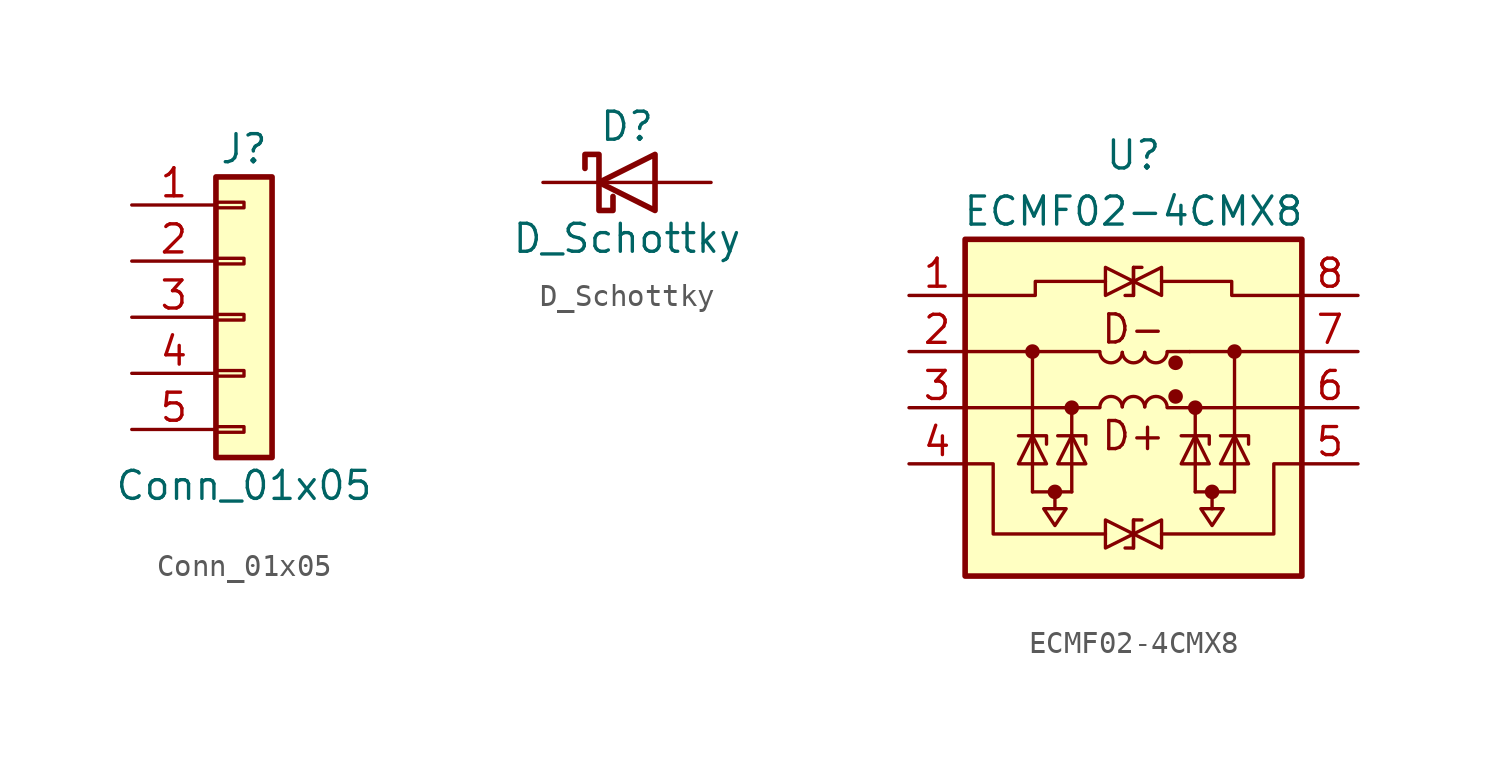
<source format=kicad_sym>
(kicad_symbol_lib
  (version 20241209)
  (generator "kicad_symbol_editor")
  (generator_version "9.0")
  (symbol "Conn_01x05"
    (pin_names
      (offset 1.016)
      (hide yes))
    (property "Reference" "J"
      (at 0 7.62 0)
      (effects (font (size 1.27 1.27))))
    (property "Value" "Conn_01x05"
      (at 0 -7.62 0)
      (effects (font (size 1.27 1.27))))
    (symbol "Conn_01x05_1_1"
      (rectangle (start -1.27 6.35) (end 1.27 -6.35) (stroke (width 0.254) (type default)) (fill (type background)))
      (rectangle (start -1.27 5.207) (end 0 4.953) (stroke (width 0.152) (type default)) (fill (type none)))
      (rectangle (start -1.27 2.667) (end 0 2.413) (stroke (width 0.152) (type default)) (fill (type none)))
      (rectangle (start -1.27 0.127) (end 0 -0.127) (stroke (width 0.152) (type default)) (fill (type none)))
      (rectangle (start -1.27 -2.413) (end 0 -2.667) (stroke (width 0.152) (type default)) (fill (type none)))
      (rectangle (start -1.27 -4.953) (end 0 -5.207) (stroke (width 0.152) (type default)) (fill (type none)))
      (pin power_out line (at -5.08 5.08 0) (length 3.81) (name "Pin_1" (effects (font (size 1.27 1.27)))) (number "1" (effects (font (size 1.27 1.27)))))
      (pin passive line (at -5.08 2.54 0) (length 3.81) (name "Pin_2" (effects (font (size 1.27 1.27)))) (number "2" (effects (font (size 1.27 1.27)))))
      (pin passive line (at -5.08 0 0) (length 3.81) (name "Pin_3" (effects (font (size 1.27 1.27)))) (number "3" (effects (font (size 1.27 1.27)))))
      (pin passive line (at -5.08 -2.54 0) (length 3.81) (name "Pin_4" (effects (font (size 1.27 1.27)))) (number "4" (effects (font (size 1.27 1.27)))))
      (pin power_out line (at -5.08 -5.08 0) (length 3.81) (name "Pin_5" (effects (font (size 1.27 1.27)))) (number "5" (effects (font (size 1.27 1.27)))))))
  (symbol "D_Schottky"
    (pin_numbers
      (hide yes))
    (pin_names
      (offset 1.016)
      (hide yes))
    (property "Reference" "D"
      (at 0 2.54 0)
      (effects (font (size 1.27 1.27))))
    (property "Value" "D_Schottky"
      (at 0 -2.54 0)
      (effects (font (size 1.27 1.27))))
    (symbol "D_Schottky_0_1"
      (polyline (pts (xy -1.905 0.635) (xy -1.905 1.27) (xy -1.27 1.27) (xy -1.27 -1.27) (xy -0.635 -1.27) (xy -0.635 -0.635)) (stroke (width 0.254) (type default)) (fill (type none)))
      (polyline (pts (xy 1.27 1.27) (xy 1.27 -1.27) (xy -1.27 0) (xy 1.27 1.27)) (stroke (width 0.254) (type default)) (fill (type none)))
      (polyline (pts (xy 1.27 0) (xy -1.27 0)) (stroke (width 0) (type default)) (fill (type none))))
    (symbol "D_Schottky_1_1"
      (pin power_out line (at -3.81 0 0) (length 2.54) (name "K" (effects (font (size 1.27 1.27)))) (number "1" (effects (font (size 1.27 1.27)))))
      (pin power_in line (at 3.81 0 180) (length 2.54) (name "A" (effects (font (size 1.27 1.27)))) (number "2" (effects (font (size 1.27 1.27)))))))
  (symbol "ECMF02-4CMX8"
    (pin_names
      (offset 0.025)
      (hide yes))
    (property "Reference" "U"
      (at 0 11.43 0)
      (effects (font (size 1.27 1.27))))
    (property "Value" "ECMF02-4CMX8"
      (at 0 8.89 0)
      (effects (font (size 1.27 1.27))))
    (symbol "ECMF02-4CMX8_0_1"
      (rectangle (start -7.62 7.62) (end 7.62 -7.62) (stroke (width 0.254) (type default)) (fill (type background)))
      (polyline (pts (xy -7.62 2.54) (xy -1.524 2.54)) (stroke (width 0) (type default)) (fill (type none)))
      (polyline (pts (xy -7.62 0) (xy -1.524 0)) (stroke (width 0) (type default)) (fill (type none)))
      (polyline (pts (xy -4.572 2.54) (xy -4.572 -3.81)) (stroke (width 0) (type default)) (fill (type none)))
      (polyline (pts (xy -2.794 0) (xy -2.794 -3.81)) (stroke (width 0) (type default)) (fill (type none)))
      (arc (start -0.508 2.5023) (mid -1.016 2.0306) (end -1.524 2.5023) (stroke (width 0) (type default)) (fill (type none)))
      (arc (start -1.524 0.0377) (mid -1.016 0.5094) (end -0.508 0.0377) (stroke (width 0) (type default)) (fill (type none)))
      (arc (start 0.508 2.5023) (mid 0 2.0306) (end -0.508 2.5023) (stroke (width 0) (type default)) (fill (type none)))
      (arc (start -0.508 0.0377) (mid 0 0.5094) (end 0.508 0.0377) (stroke (width 0) (type default)) (fill (type none)))
      (arc (start 1.524 2.5023) (mid 1.016 2.0306) (end 0.508 2.5023) (stroke (width 0) (type default)) (fill (type none)))
      (arc (start 0.508 0.0377) (mid 1.016 0.5094) (end 1.524 0.0377) (stroke (width 0) (type default)) (fill (type none)))
      (polyline (pts (xy 2.54 2.54) (xy 1.524 2.54)) (stroke (width 0) (type default)) (fill (type none)))
      (polyline (pts (xy 2.54 2.54) (xy 7.62 2.54)) (stroke (width 0) (type default)) (fill (type none)))
      (polyline (pts (xy 2.54 0) (xy 1.524 0)) (stroke (width 0) (type default)) (fill (type none)))
      (polyline (pts (xy 2.54 0) (xy 7.62 0)) (stroke (width 0) (type default)) (fill (type none)))
      (polyline (pts (xy 2.794 0) (xy 2.794 -3.81)) (stroke (width 0) (type default)) (fill (type none)))
      (polyline (pts (xy 4.572 2.54) (xy 4.572 -3.81)) (stroke (width 0) (type default)) (fill (type none))))
    (symbol "ECMF02-4CMX8_1_1"
      (polyline (pts (xy -7.62 5.08) (xy -4.445 5.08) (xy -4.445 5.715) (xy -1.27 5.715)) (stroke (width 0) (type default)) (fill (type none)))
      (polyline (pts (xy -7.62 -2.54) (xy -6.35 -2.54) (xy -6.35 -5.715) (xy -1.27 -5.715)) (stroke (width 0) (type default)) (fill (type none)))
      (polyline (pts (xy -5.207 -2.54) (xy -3.937 -2.54) (xy -4.572 -1.27) (xy -5.207 -2.54)) (stroke (width 0) (type default)) (fill (type none)))
      (circle (center -4.572 2.54) (radius 0.254) (stroke (width 0) (type default)) (fill (type outline)))
      (polyline (pts (xy -4.572 -3.81) (xy -2.794 -3.81)) (stroke (width 0) (type default)) (fill (type none)))
      (polyline (pts (xy -3.937 -1.651) (xy -3.937 -1.27) (xy -5.207 -1.27)) (stroke (width 0) (type default)) (fill (type none)))
      (circle (center -3.556 -3.81) (radius 0.254) (stroke (width 0) (type default)) (fill (type outline)))
      (polyline (pts (xy -3.556 -4.572) (xy -3.556 -3.81)) (stroke (width 0) (type default)) (fill (type none)))
      (polyline (pts (xy -3.556 -5.334) (xy -4.064 -4.572) (xy -3.048 -4.572) (xy -3.556 -5.334)) (stroke (width 0) (type default)) (fill (type none)))
      (polyline (pts (xy -3.429 -2.54) (xy -2.159 -2.54) (xy -2.794 -1.27) (xy -3.429 -2.54)) (stroke (width 0) (type default)) (fill (type none)))
      (circle (center -2.794 0) (radius 0.254) (stroke (width 0) (type default)) (fill (type outline)))
      (polyline (pts (xy -2.159 -1.651) (xy -2.159 -1.27) (xy -3.429 -1.27)) (stroke (width 0) (type default)) (fill (type none)))
      (polyline (pts (xy -1.27 6.35) (xy -1.27 5.08) (xy 0 5.715) (xy -1.27 6.35)) (stroke (width 0) (type default)) (fill (type none)))
      (polyline (pts (xy -1.27 -5.08) (xy -1.27 -6.35) (xy 0 -5.715) (xy -1.27 -5.08)) (stroke (width 0) (type default)) (fill (type none)))
      (polyline (pts (xy -0.381 5.08) (xy 0 5.08) (xy 0 6.35)) (stroke (width 0) (type default)) (fill (type none)))
      (polyline (pts (xy -0.381 -6.35) (xy 0 -6.35) (xy 0 -5.08)) (stroke (width 0) (type default)) (fill (type none)))
      (polyline (pts (xy 0.381 6.35) (xy 0 6.35) (xy 0 5.08)) (stroke (width 0) (type default)) (fill (type none)))
      (polyline (pts (xy 0.381 -5.08) (xy 0 -5.08) (xy 0 -6.35)) (stroke (width 0) (type default)) (fill (type none)))
      (polyline (pts (xy 1.27 6.35) (xy 1.27 5.08) (xy 0 5.715) (xy 1.27 6.35)) (stroke (width 0) (type default)) (fill (type none)))
      (polyline (pts (xy 1.27 -5.08) (xy 1.27 -6.35) (xy 0 -5.715) (xy 1.27 -5.08)) (stroke (width 0) (type default)) (fill (type none)))
      (polyline (pts (xy 1.27 -5.715) (xy 6.35 -5.715) (xy 6.35 -2.54) (xy 7.62 -2.54)) (stroke (width 0) (type default)) (fill (type none)))
      (circle (center 1.905 2.032) (radius 0.254) (stroke (width 0) (type default)) (fill (type outline)))
      (circle (center 1.905 0.508) (radius 0.254) (stroke (width 0) (type default)) (fill (type outline)))
      (circle (center 2.794 0) (radius 0.254) (stroke (width 0) (type default)) (fill (type outline)))
      (polyline (pts (xy 2.794 -3.81) (xy 4.572 -3.81)) (stroke (width 0) (type default)) (fill (type none)))
      (polyline (pts (xy 3.429 -1.651) (xy 3.429 -1.27) (xy 2.159 -1.27)) (stroke (width 0) (type default)) (fill (type none)))
      (polyline (pts (xy 3.429 -2.54) (xy 2.159 -2.54) (xy 2.794 -1.27) (xy 3.429 -2.54)) (stroke (width 0) (type default)) (fill (type none)))
      (circle (center 3.556 -3.81) (radius 0.254) (stroke (width 0) (type default)) (fill (type outline)))
      (polyline (pts (xy 3.556 -4.572) (xy 3.556 -3.81)) (stroke (width 0) (type default)) (fill (type none)))
      (polyline (pts (xy 3.556 -5.334) (xy 3.048 -4.572) (xy 4.064 -4.572) (xy 3.556 -5.334)) (stroke (width 0) (type default)) (fill (type none)))
      (circle (center 4.572 2.54) (radius 0.254) (stroke (width 0) (type default)) (fill (type outline)))
      (polyline (pts (xy 5.207 -1.651) (xy 5.207 -1.27) (xy 3.937 -1.27)) (stroke (width 0) (type default)) (fill (type none)))
      (polyline (pts (xy 5.207 -2.54) (xy 3.937 -2.54) (xy 4.572 -1.27) (xy 5.207 -2.54)) (stroke (width 0) (type default)) (fill (type none)))
      (polyline (pts (xy 7.62 5.08) (xy 4.445 5.08) (xy 4.445 5.715) (xy 1.27 5.715)) (stroke (width 0) (type default)) (fill (type none)))
      (text "D-" (at 0 3.556 0) (effects (font (size 1.27 1.27))))
      (text "D+" (at 0 -1.27 0) (effects (font (size 1.27 1.27))))
      (pin passive line (at -10.16 5.08 0) (length 2.54) (name "VBUS" (effects (font (size 1.27 1.27)))) (number "1" (effects (font (size 1.27 1.27)))))
      (pin passive line (at -10.16 2.54 0) (length 2.54) (name "D-_in" (effects (font (size 1.27 1.27)))) (number "2" (effects (font (size 1.27 1.27)))))
      (pin passive line (at -10.16 0 0) (length 2.54) (name "D+_in" (effects (font (size 1.27 1.27)))) (number "3" (effects (font (size 1.27 1.27)))))
      (pin passive line (at -10.16 -2.54 0) (length 2.54) (name "ID" (effects (font (size 1.27 1.27)))) (number "4" (effects (font (size 1.27 1.27)))))
      (pin power_in line (at 10.16 5.08 180) (length 2.54) (name "GND" (effects (font (size 1.27 1.27)))) (number "8" (effects (font (size 1.27 1.27)))))
      (pin passive line (at 10.16 2.54 180) (length 2.54) (name "D-_out" (effects (font (size 1.27 1.27)))) (number "7" (effects (font (size 1.27 1.27)))))
      (pin passive line (at 10.16 0 180) (length 2.54) (name "D+_out" (effects (font (size 1.27 1.27)))) (number "6" (effects (font (size 1.27 1.27)))))
      (pin power_in line (at 10.16 -2.54 180) (length 2.54) (name "GND" (effects (font (size 1.27 1.27)))) (number "5" (effects (font (size 1.27 1.27))))))))
</source>
